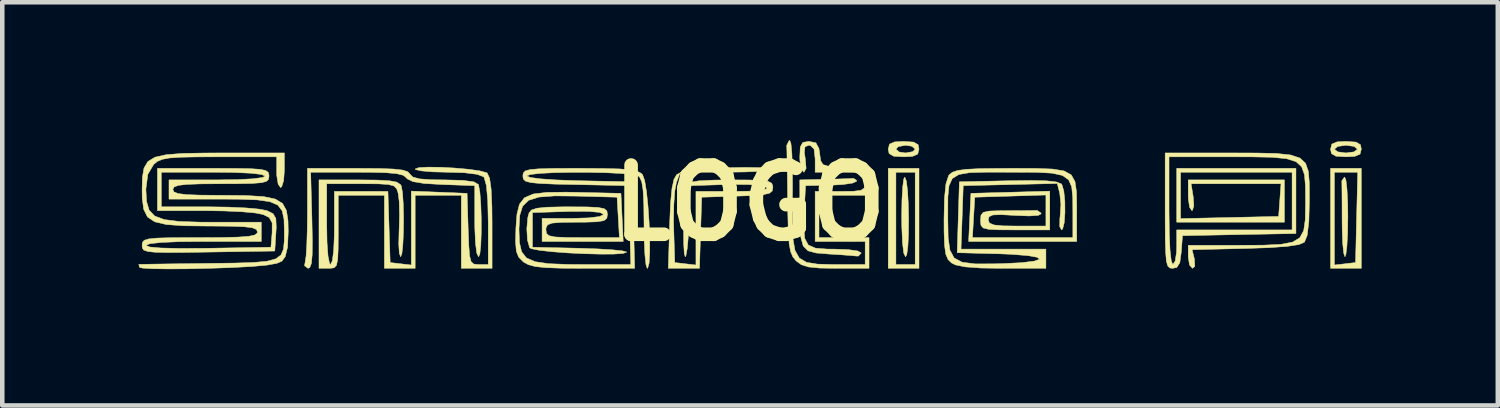
<source format=kicad_pcb>
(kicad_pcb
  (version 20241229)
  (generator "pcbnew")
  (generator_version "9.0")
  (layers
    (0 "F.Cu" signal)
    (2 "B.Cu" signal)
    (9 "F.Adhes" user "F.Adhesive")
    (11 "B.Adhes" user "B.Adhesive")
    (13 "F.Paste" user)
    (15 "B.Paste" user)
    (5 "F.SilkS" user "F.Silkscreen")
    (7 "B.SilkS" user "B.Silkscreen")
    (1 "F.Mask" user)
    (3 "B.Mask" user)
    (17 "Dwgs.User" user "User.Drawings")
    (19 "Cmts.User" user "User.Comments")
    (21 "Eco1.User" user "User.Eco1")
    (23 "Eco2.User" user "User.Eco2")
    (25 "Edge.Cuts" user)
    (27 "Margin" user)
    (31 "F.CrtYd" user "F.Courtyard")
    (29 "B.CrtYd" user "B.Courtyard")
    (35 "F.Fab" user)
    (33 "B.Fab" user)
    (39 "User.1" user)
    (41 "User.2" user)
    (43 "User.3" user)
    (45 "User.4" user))
  (footprint "LOGO"
    (layer "F.Cu")
    (at 13.455 1.418)
    (property "Reference" "LOGO" (at 0 0 0) (layer "F.SilkS") (effects (font (size 1.524 1.524) (thickness 0.3))))
    (attr through_hole)
    (fp_poly (pts (xy -1.534 -0.662) (xy -1.528 -0.677) (xy -1.503 -0.677) (xy -1.534 -0.662)) (stroke (width 0.01) (type solid)) (fill yes) (layer "F.SilkS"))
    (fp_poly (pts (xy 3.725 1.439) (xy 3.048 1.439) (xy 3.048 -0.677) (xy 3.217 -0.677) (xy 3.217 1.355) (xy 3.641 1.355) (xy 3.641 -0.677) (xy 3.217 -0.677) (xy 3.048 -0.677) (xy 3.048 -0.762) (xy 3.725 -0.762) (xy 3.725 1.439)) (stroke (width 0.01) (type solid)) (fill yes) (layer "F.SilkS"))
    (fp_poly (pts (xy 13.462 1.439) (xy 12.785 1.439) (xy 12.785 -0.677) (xy 12.869 -0.677) (xy 12.869 1.366) (xy 13.102 1.339) (xy 13.335 1.312) (xy 13.359 0.318) (xy 13.383 -0.677) (xy 12.869 -0.677) (xy 12.785 -0.677) (xy 12.785 -0.762) (xy 13.462 -0.762) (xy 13.462 1.439)) (stroke (width 0.01) (type solid)) (fill yes) (layer "F.SilkS"))
    (fp_poly (pts (xy -1.488 -0.685) (xy -1.256 -0.729) (xy -0.894 -0.76) (xy -0.487 -0.776) (xy -0.099 -0.783) (xy 0.218 -0.778) (xy 0.431 -0.764) (xy 0.508 -0.741) (xy 0.429 -0.717) (xy 0.213 -0.696) (xy -0.107 -0.683) (xy -0.498 -0.677) (xy -0.51 -0.677) (xy -1.503 -0.677) (xy -1.488 -0.685)) (stroke (width 0.01) (type solid)) (fill yes) (layer "F.SilkS"))
    (fp_poly (pts (xy 3.447 -0.481) (xy 3.473 -0.27) (xy 3.49 0.022) (xy 3.497 0.351) (xy 3.494 0.674) (xy 3.481 0.949) (xy 3.457 1.133) (xy 3.429 1.185) (xy 3.39 1.105) (xy 3.362 0.878) (xy 3.347 0.528) (xy 3.344 0.296) (xy 3.35 -0.066) (xy 3.367 -0.352) (xy 3.39 -0.529) (xy 3.412 -0.57) (xy 3.447 -0.481)) (stroke (width 0.01) (type solid)) (fill yes) (layer "F.SilkS"))
    (fp_poly (pts (xy 13.124 -0.501) (xy 13.147 -0.296) (xy 13.162 0.01) (xy 13.166 0.296) (xy 13.16 0.661) (xy 13.145 0.953) (xy 13.122 1.138) (xy 13.102 1.185) (xy 13.075 1.107) (xy 13.053 0.896) (xy 13.041 0.589) (xy 13.039 0.381) (xy 13.038 0.027) (xy 13.036 -0.262) (xy 13.034 -0.444) (xy 13.032 -0.485) (xy 13.088 -0.567) (xy 13.096 -0.569) (xy 13.124 -0.501)) (stroke (width 0.01) (type solid)) (fill yes) (layer "F.SilkS"))
    (fp_poly (pts (xy 3.608 -1.34) (xy 3.706 -1.283) (xy 3.725 -1.185) (xy 3.697 -1.075) (xy 3.582 -1.026) (xy 3.387 -1.016) (xy 3.165 -1.03) (xy 3.067 -1.088) (xy 3.048 -1.185) (xy 3.217 -1.185) (xy 3.29 -1.122) (xy 3.429 -1.101) (xy 3.588 -1.13) (xy 3.641 -1.185) (xy 3.568 -1.249) (xy 3.429 -1.27) (xy 3.27 -1.241) (xy 3.217 -1.185) (xy 3.048 -1.185) (xy 3.076 -1.296) (xy 3.191 -1.345) (xy 3.387 -1.355) (xy 3.608 -1.34)) (stroke (width 0.01) (type solid)) (fill yes) (layer "F.SilkS"))
    (fp_poly (pts (xy 13.345 -1.34) (xy 13.443 -1.283) (xy 13.462 -1.185) (xy 13.434 -1.075) (xy 13.319 -1.026) (xy 13.123 -1.016) (xy 12.902 -1.03) (xy 12.804 -1.088) (xy 12.785 -1.185) (xy 12.869 -1.185) (xy 12.943 -1.126) (xy 13.12 -1.101) (xy 13.123 -1.101) (xy 13.302 -1.125) (xy 13.377 -1.184) (xy 13.377 -1.185) (xy 13.304 -1.245) (xy 13.126 -1.27) (xy 13.123 -1.27) (xy 12.945 -1.245) (xy 12.869 -1.186) (xy 12.869 -1.185) (xy 12.785 -1.185) (xy 12.813 -1.296) (xy 12.928 -1.345) (xy 13.123 -1.355) (xy 13.345 -1.34)) (stroke (width 0.01) (type solid)) (fill yes) (layer "F.SilkS"))
    (fp_poly (pts (xy 2.352 -0.497) (xy 2.349 -0.476) (xy 2.261 -0.437) (xy 2.05 -0.406) (xy 1.778 -0.391) (xy 1.228 -0.381) (xy 1.202 0.123) (xy 1.188 0.52) (xy 1.209 0.777) (xy 1.288 0.925) (xy 1.446 0.995) (xy 1.707 1.015) (xy 1.864 1.016) (xy 2.168 1.027) (xy 2.377 1.057) (xy 2.455 1.101) (xy 2.391 1.169) (xy 2.349 1.169) (xy 2.213 1.156) (xy 1.966 1.138) (xy 1.723 1.123) (xy 1.458 1.101) (xy 1.282 1.053) (xy 1.177 0.948) (xy 1.124 0.757) (xy 1.105 0.451) (xy 1.102 0.106) (xy 1.101 -0.508) (xy 1.651 -0.521) (xy 1.948 -0.528) (xy 2.179 -0.536) (xy 2.286 -0.542) (xy 2.352 -0.497)) (stroke (width 0.01) (type solid)) (fill yes) (layer "F.SilkS"))
    (fp_poly (pts (xy -8.167 -0.759) (xy -7.845 -0.747) (xy -7.64 -0.724) (xy -7.527 -0.687) (xy -7.481 -0.635) (xy -7.417 -0.57) (xy -7.266 -0.53) (xy -6.998 -0.511) (xy -6.719 -0.508) (xy -6.32 -0.498) (xy -6.075 -0.465) (xy -5.974 -0.408) (xy -5.971 -0.402) (xy -5.941 -0.234) (xy -5.921 0.027) (xy -5.911 0.338) (xy -5.911 0.654) (xy -5.921 0.93) (xy -5.942 1.122) (xy -5.969 1.185) (xy -6.009 1.105) (xy -6.038 0.883) (xy -6.053 0.545) (xy -6.054 0.402) (xy -6.054 -0.381) (xy -6.772 -0.406) (xy -7.167 -0.429) (xy -7.416 -0.47) (xy -7.542 -0.532) (xy -7.559 -0.554) (xy -7.626 -0.609) (xy -7.77 -0.645) (xy -8.017 -0.667) (xy -8.395 -0.676) (xy -8.647 -0.677) (xy -9.666 -0.677) (xy -9.638 0.381) (xy -9.629 0.835) (xy -9.633 1.144) (xy -9.651 1.332) (xy -9.686 1.422) (xy -9.725 1.439) (xy -9.801 1.381) (xy -9.788 1.305) (xy -9.767 1.17) (xy -9.751 0.906) (xy -9.74 0.552) (xy -9.737 0.205) (xy -9.737 -0.762) (xy -8.633 -0.762) (xy -8.167 -0.759)) (stroke (width 0.01) (type solid)) (fill yes) (layer "F.SilkS"))
    (fp_poly (pts (xy -1.614 -0.452) (xy -1.65 -0.267) (xy -1.672 0.033) (xy -1.678 0.396) (xy -1.675 0.543) (xy -1.651 1.312) (xy -1.418 1.339) (xy -1.185 1.366) (xy -1.185 -0.254) (xy -0.364 -0.254) (xy 0.041 -0.261) (xy 0.286 -0.282) (xy 0.378 -0.318) (xy 0.369 -0.342) (xy 0.243 -0.382) (xy -0.02 -0.405) (xy -0.386 -0.409) (xy -0.516 -0.406) (xy -1.312 -0.381) (xy -1.337 0.402) (xy -1.353 0.743) (xy -1.378 1.009) (xy -1.406 1.162) (xy -1.421 1.185) (xy -1.442 1.108) (xy -1.454 0.907) (xy -1.457 0.626) (xy -1.452 0.31) (xy -1.439 0.004) (xy -1.421 -0.247) (xy -1.396 -0.399) (xy -1.395 -0.402) (xy -1.32 -0.453) (xy -1.124 -0.487) (xy -0.789 -0.504) (xy -0.426 -0.508) (xy -0.017 -0.506) (xy 0.251 -0.496) (xy 0.408 -0.474) (xy 0.484 -0.434) (xy 0.507 -0.371) (xy 0.508 -0.342) (xy 0.494 -0.263) (xy 0.429 -0.212) (xy 0.283 -0.181) (xy 0.024 -0.162) (xy -0.275 -0.151) (xy -1.058 -0.127) (xy -1.083 0.656) (xy -1.107 1.439) (xy -1.793 1.439) (xy -1.764 0.468) (xy -1.744 0.003) (xy -1.713 -0.319) (xy -1.669 -0.52) (xy -1.609 -0.625) (xy -1.534 -0.662) (xy -1.614 -0.452)) (stroke (width 0.01) (type solid)) (fill yes) (layer "F.SilkS"))
    (fp_poly (pts (xy 0.907 -1.304) (xy 0.927 -1.088) (xy 0.938 -0.756) (xy 0.941 -0.332) (xy 0.939 -0.157) (xy 0.934 0.382) (xy 0.948 0.775) (xy 0.995 1.044) (xy 1.091 1.214) (xy 1.251 1.307) (xy 1.49 1.346) (xy 1.823 1.355) (xy 1.924 1.355) (xy 2.54 1.355) (xy 2.54 0.847) (xy 1.439 0.847) (xy 1.439 -0.254) (xy 1.99 -0.254) (xy 2.286 -0.258) (xy 2.45 -0.279) (xy 2.522 -0.332) (xy 2.54 -0.431) (xy 2.54 -0.466) (xy 2.53 -0.579) (xy 2.476 -0.643) (xy 2.338 -0.671) (xy 2.08 -0.677) (xy 1.99 -0.677) (xy 1.439 -0.677) (xy 1.439 -0.974) (xy 1.415 -1.187) (xy 1.332 -1.267) (xy 1.303 -1.27) (xy 1.216 -1.238) (xy 1.201 -1.112) (xy 1.222 -0.974) (xy 1.24 -0.76) (xy 1.194 -0.678) (xy 1.189 -0.677) (xy 1.134 -0.752) (xy 1.103 -0.94) (xy 1.101 -1.016) (xy 1.112 -1.234) (xy 1.167 -1.332) (xy 1.293 -1.355) (xy 1.307 -1.355) (xy 1.455 -1.324) (xy 1.522 -1.201) (xy 1.54 -1.079) (xy 1.561 -0.929) (xy 1.614 -0.845) (xy 1.741 -0.804) (xy 1.983 -0.785) (xy 2.095 -0.779) (xy 2.625 -0.754) (xy 2.625 -0.169) (xy 1.524 -0.169) (xy 1.524 0.762) (xy 2.625 0.762) (xy 2.625 1.439) (xy 1.905 1.439) (xy 1.536 1.433) (xy 1.293 1.409) (xy 1.137 1.36) (xy 1.024 1.278) (xy 1.016 1.27) (xy 0.947 1.185) (xy 0.899 1.071) (xy 0.867 0.897) (xy 0.848 0.634) (xy 0.838 0.249) (xy 0.834 -0.042) (xy 0.829 -0.469) (xy 0.823 -0.837) (xy 0.818 -1.111) (xy 0.814 -1.258) (xy 0.813 -1.27) (xy 0.864 -1.369) (xy 0.881 -1.376) (xy 0.907 -1.304)) (stroke (width 0.01) (type solid)) (fill yes) (layer "F.SilkS"))
    (fp_poly (pts (xy 11.153 -1.1) (xy 11.592 -1.09) (xy 11.904 -1.057) (xy 12.111 -0.989) (xy 12.235 -0.873) (xy 12.296 -0.697) (xy 12.317 -0.446) (xy 12.319 -0.109) (xy 12.319 -0.053) (xy 12.307 0.41) (xy 12.271 0.712) (xy 12.21 0.863) (xy 12.209 0.864) (xy 12.088 0.916) (xy 11.832 0.955) (xy 11.43 0.984) (xy 10.918 1.001) (xy 9.737 1.029) (xy 9.788 1.234) (xy 9.797 1.396) (xy 9.746 1.439) (xy 9.68 1.366) (xy 9.652 1.189) (xy 9.652 1.185) (xy 9.652 0.931) (xy 10.779 0.931) (xy 11.306 0.929) (xy 11.688 0.911) (xy 11.947 0.862) (xy 12.108 0.766) (xy 12.194 0.607) (xy 12.228 0.37) (xy 12.234 0.038) (xy 12.234 -0.042) (xy 12.232 -0.375) (xy 12.211 -0.622) (xy 12.149 -0.796) (xy 12.025 -0.909) (xy 11.815 -0.975) (xy 11.498 -1.006) (xy 11.053 -1.015) (xy 10.567 -1.016) (xy 9.229 -1.016) (xy 9.229 0.169) (xy 9.235 0.664) (xy 9.251 1.037) (xy 9.278 1.272) (xy 9.313 1.355) (xy 9.313 1.355) (xy 9.364 1.279) (xy 9.394 1.088) (xy 9.398 0.974) (xy 9.398 0.593) (xy 11.938 0.593) (xy 11.938 -0.677) (xy 9.483 -0.677) (xy 9.483 0.344) (xy 10.562 0.32) (xy 11.642 0.296) (xy 11.694 -0.423) (xy 10.704 -0.423) (xy 9.715 -0.423) (xy 9.763 -0.127) (xy 9.775 0.067) (xy 9.743 0.166) (xy 9.731 0.169) (xy 9.682 0.094) (xy 9.654 -0.093) (xy 9.652 -0.169) (xy 9.652 -0.508) (xy 11.769 -0.508) (xy 11.769 0.423) (xy 9.398 0.423) (xy 9.398 -0.762) (xy 12.023 -0.762) (xy 12.023 0.673) (xy 10.774 0.696) (xy 9.525 0.72) (xy 9.499 1.079) (xy 9.467 1.313) (xy 9.401 1.419) (xy 9.308 1.439) (xy 9.245 1.43) (xy 9.201 1.385) (xy 9.171 1.28) (xy 9.155 1.089) (xy 9.146 0.787) (xy 9.144 0.35) (xy 9.144 0.169) (xy 9.144 -1.101) (xy 10.567 -1.101) (xy 11.153 -1.1)) (stroke (width 0.01) (type solid)) (fill yes) (layer "F.SilkS"))
    (fp_poly (pts (xy -6.81 -0.786) (xy -6.496 -0.769) (xy -6.193 -0.742) (xy -5.944 -0.707) (xy -5.793 -0.666) (xy -5.779 -0.657) (xy -5.727 -0.545) (xy -5.693 -0.299) (xy -5.676 0.094) (xy -5.673 0.434) (xy -5.673 1.439) (xy -6.35 1.439) (xy -6.35 -0.169) (xy -7.366 -0.169) (xy -7.366 1.439) (xy -8.043 1.439) (xy -8.043 -0.169) (xy -9.059 -0.169) (xy -9.059 0.635) (xy -9.061 1.008) (xy -9.071 1.243) (xy -9.098 1.372) (xy -9.15 1.427) (xy -9.235 1.439) (xy -9.271 1.439) (xy -9.483 1.439) (xy -9.483 -0.508) (xy -8.603 -0.508) (xy -8.195 -0.504) (xy -7.926 -0.488) (xy -7.767 -0.457) (xy -7.689 -0.405) (xy -7.671 -0.374) (xy -7.644 -0.224) (xy -7.628 0.025) (xy -7.621 0.329) (xy -7.624 0.642) (xy -7.637 0.919) (xy -7.658 1.115) (xy -7.686 1.185) (xy -7.715 1.108) (xy -7.727 0.905) (xy -7.72 0.618) (xy -7.719 0.594) (xy -7.71 0.261) (xy -7.717 -0.03) (xy -7.739 -0.21) (xy -7.772 -0.311) (xy -7.833 -0.374) (xy -7.955 -0.407) (xy -8.176 -0.421) (xy -8.528 -0.423) (xy -8.553 -0.423) (xy -9.313 -0.423) (xy -9.313 0.466) (xy -9.306 0.873) (xy -9.284 1.169) (xy -9.251 1.331) (xy -9.229 1.355) (xy -9.189 1.274) (xy -9.16 1.051) (xy -9.145 0.711) (xy -9.144 0.55) (xy -9.144 -0.254) (xy -7.965 -0.254) (xy -7.941 0.529) (xy -7.916 1.312) (xy -7.684 1.339) (xy -7.451 1.366) (xy -7.451 -0.261) (xy -6.837 -0.237) (xy -6.223 -0.212) (xy -6.199 0.572) (xy -6.185 0.938) (xy -6.167 1.168) (xy -6.134 1.292) (xy -6.077 1.344) (xy -5.986 1.355) (xy -5.966 1.355) (xy -5.757 1.355) (xy -5.757 0.44) (xy -5.768 -0.049) (xy -5.798 -0.385) (xy -5.848 -0.561) (xy -5.859 -0.576) (xy -6.002 -0.631) (xy -6.286 -0.666) (xy -6.663 -0.677) (xy -6.984 -0.685) (xy -7.228 -0.706) (xy -7.356 -0.735) (xy -7.366 -0.747) (xy -7.289 -0.777) (xy -7.089 -0.789) (xy -6.81 -0.786)) (stroke (width 0.01) (type solid)) (fill yes) (layer "F.SilkS"))
    (fp_poly (pts (xy 6.287 -0.761) (xy 6.664 -0.747) (xy 6.92 -0.705) (xy 7.077 -0.618) (xy 7.159 -0.471) (xy 7.192 -0.246) (xy 7.197 0.071) (xy 7.197 0.206) (xy 7.197 0.847) (xy 4.818 0.847) (xy 4.868 -0.212) (xy 5.736 -0.236) (xy 6.604 -0.26) (xy 6.604 0.593) (xy 5.842 0.593) (xy 5.481 0.591) (xy 5.257 0.58) (xy 5.138 0.55) (xy 5.089 0.493) (xy 5.08 0.4) (xy 5.08 0.381) (xy 5.089 0.27) (xy 5.139 0.207) (xy 5.269 0.178) (xy 5.515 0.17) (xy 5.673 0.169) (xy 5.976 0.168) (xy 6.21 0.166) (xy 6.325 0.163) (xy 6.327 0.163) (xy 6.408 0.22) (xy 6.415 0.237) (xy 6.352 0.273) (xy 6.148 0.286) (xy 5.845 0.274) (xy 5.531 0.257) (xy 5.35 0.264) (xy 5.267 0.303) (xy 5.249 0.37) (xy 5.275 0.442) (xy 5.375 0.484) (xy 5.582 0.504) (xy 5.884 0.508) (xy 6.519 0.508) (xy 6.519 -0.176) (xy 5.736 -0.151) (xy 4.953 -0.127) (xy 4.927 0.318) (xy 4.902 0.762) (xy 7.112 0.762) (xy 7.112 0.206) (xy 7.11 -0.119) (xy 7.087 -0.353) (xy 7.019 -0.51) (xy 6.883 -0.606) (xy 6.654 -0.656) (xy 6.308 -0.675) (xy 5.822 -0.677) (xy 5.709 -0.677) (xy 5.204 -0.678) (xy 4.843 -0.668) (xy 4.603 -0.627) (xy 4.458 -0.538) (xy 4.386 -0.381) (xy 4.361 -0.137) (xy 4.36 0.211) (xy 4.36 0.367) (xy 4.367 0.763) (xy 4.405 1.037) (xy 4.499 1.211) (xy 4.676 1.305) (xy 4.963 1.341) (xy 5.384 1.34) (xy 5.544 1.336) (xy 5.989 1.314) (xy 6.267 1.279) (xy 6.38 1.238) (xy 6.329 1.196) (xy 6.115 1.158) (xy 5.742 1.129) (xy 5.479 1.119) (xy 4.566 1.095) (xy 4.59 0.315) (xy 4.614 -0.466) (xy 5.708 -0.489) (xy 6.196 -0.495) (xy 6.535 -0.487) (xy 6.748 -0.463) (xy 6.856 -0.422) (xy 6.871 -0.405) (xy 6.913 -0.262) (xy 6.936 -0.038) (xy 6.938 0.214) (xy 6.922 0.436) (xy 6.887 0.573) (xy 6.863 0.593) (xy 6.823 0.52) (xy 6.826 0.341) (xy 6.831 0.301) (xy 6.849 0.03) (xy 6.824 -0.21) (xy 6.769 -0.429) (xy 5.734 -0.405) (xy 4.699 -0.381) (xy 4.65 1.016) (xy 6.519 1.016) (xy 6.519 1.439) (xy 5.562 1.439) (xy 5.079 1.432) (xy 4.742 1.407) (xy 4.528 1.363) (xy 4.44 1.319) (xy 4.364 1.244) (xy 4.315 1.128) (xy 4.288 0.937) (xy 4.277 0.636) (xy 4.276 0.359) (xy 4.286 -0.105) (xy 4.318 -0.418) (xy 4.375 -0.597) (xy 4.392 -0.622) (xy 4.461 -0.677) (xy 4.578 -0.716) (xy 4.77 -0.741) (xy 5.064 -0.756) (xy 5.487 -0.761) (xy 5.765 -0.762) (xy 6.287 -0.761)) (stroke (width 0.01) (type solid)) (fill yes) (layer "F.SilkS"))
    (fp_poly (pts (xy -3.235 -0.759) (xy -2.877 -0.75) (xy -2.635 -0.731) (xy -2.481 -0.699) (xy -2.391 -0.653) (xy -2.36 -0.622) (xy -2.314 -0.495) (xy -2.274 -0.252) (xy -2.241 0.067) (xy -2.216 0.423) (xy -2.203 0.777) (xy -2.202 1.09) (xy -2.216 1.322) (xy -2.247 1.434) (xy -2.258 1.439) (xy -2.285 1.36) (xy -2.308 1.145) (xy -2.323 0.827) (xy -2.328 0.462) (xy -2.333 0.02) (xy -2.349 -0.282) (xy -2.379 -0.469) (xy -2.427 -0.57) (xy -2.455 -0.594) (xy -2.584 -0.626) (xy -2.834 -0.65) (xy -3.167 -0.666) (xy -3.549 -0.674) (xy -3.942 -0.674) (xy -4.311 -0.667) (xy -4.62 -0.651) (xy -4.832 -0.627) (xy -4.911 -0.595) (xy -4.911 -0.595) (xy -4.83 -0.561) (xy -4.604 -0.531) (xy -4.257 -0.507) (xy -3.814 -0.491) (xy -3.747 -0.489) (xy -2.582 -0.466) (xy -2.558 0.487) (xy -2.534 1.439) (xy -3.671 1.439) (xy -4.149 1.436) (xy -4.488 1.424) (xy -4.719 1.4) (xy -4.871 1.36) (xy -4.977 1.302) (xy -4.99 1.291) (xy -5.088 1.192) (xy -5.139 1.062) (xy -5.156 0.854) (xy -5.148 0.552) (xy -5.125 0.246) (xy -5.071 0.029) (xy -4.961 -0.114) (xy -4.77 -0.197) (xy -4.472 -0.233) (xy -4.043 -0.238) (xy -3.768 -0.233) (xy -2.836 -0.212) (xy -2.786 0.847) (xy -4.572 0.847) (xy -4.572 0.339) (xy -3.895 0.339) (xy -3.543 0.328) (xy -3.309 0.299) (xy -3.218 0.255) (xy -3.217 0.251) (xy -3.299 0.208) (xy -3.537 0.186) (xy -3.919 0.185) (xy -4 0.187) (xy -4.784 0.212) (xy -4.784 0.974) (xy -3.747 0.997) (xy -3.35 1.011) (xy -3.023 1.031) (xy -2.799 1.055) (xy -2.71 1.08) (xy -2.709 1.082) (xy -2.787 1.111) (xy -2.995 1.125) (xy -3.294 1.126) (xy -3.646 1.117) (xy -4.011 1.099) (xy -4.352 1.073) (xy -4.63 1.042) (xy -4.806 1.007) (xy -4.846 0.986) (xy -4.894 0.817) (xy -4.908 0.567) (xy -4.886 0.321) (xy -4.859 0.219) (xy -4.806 0.155) (xy -4.683 0.115) (xy -4.462 0.093) (xy -4.111 0.085) (xy -3.97 0.085) (xy -3.587 0.087) (xy -3.343 0.098) (xy -3.206 0.125) (xy -3.146 0.172) (xy -3.133 0.248) (xy -3.133 0.254) (xy -3.147 0.338) (xy -3.212 0.389) (xy -3.362 0.414) (xy -3.631 0.423) (xy -3.81 0.423) (xy -4.147 0.427) (xy -4.35 0.443) (xy -4.451 0.481) (xy -4.485 0.548) (xy -4.487 0.593) (xy -4.475 0.671) (xy -4.418 0.721) (xy -4.285 0.748) (xy -4.043 0.76) (xy -3.679 0.762) (xy -2.87 0.762) (xy -2.921 -0.127) (xy -3.799 -0.151) (xy -4.291 -0.156) (xy -4.639 -0.13) (xy -4.868 -0.059) (xy -5.001 0.071) (xy -5.064 0.274) (xy -5.08 0.566) (xy -5.08 0.59) (xy -5.07 0.871) (xy -5.023 1.073) (xy -4.916 1.21) (xy -4.725 1.293) (xy -4.427 1.337) (xy -3.997 1.353) (xy -3.661 1.355) (xy -2.619 1.355) (xy -2.643 0.487) (xy -2.667 -0.381) (xy -3.831 -0.405) (xy -4.296 -0.415) (xy -4.617 -0.429) (xy -4.822 -0.449) (xy -4.935 -0.48) (xy -4.985 -0.527) (xy -4.995 -0.593) (xy -4.995 -0.595) (xy -4.986 -0.659) (xy -4.943 -0.705) (xy -4.84 -0.734) (xy -4.652 -0.751) (xy -4.353 -0.76) (xy -3.919 -0.762) (xy -3.736 -0.762) (xy -3.235 -0.759)) (stroke (width 0.01) (type solid)) (fill yes) (layer "F.SilkS"))
    (fp_poly (pts (xy -10.245 -0.72) (xy -10.261 -0.492) (xy -10.304 -0.356) (xy -10.329 -0.339) (xy -10.382 -0.414) (xy -10.412 -0.601) (xy -10.414 -0.677) (xy -10.414 -1.016) (xy -11.684 -1.016) (xy -12.179 -1.014) (xy -12.533 -1.007) (xy -12.776 -0.99) (xy -12.935 -0.96) (xy -13.041 -0.915) (xy -13.12 -0.85) (xy -13.123 -0.847) (xy -13.251 -0.631) (xy -13.293 -0.309) (xy -13.293 -0.296) (xy -13.279 -0.033) (xy -13.222 0.158) (xy -13.1 0.287) (xy -12.888 0.366) (xy -12.563 0.407) (xy -12.103 0.422) (xy -11.853 0.423) (xy -10.753 0.423) (xy -10.753 0.847) (xy -12.023 0.847) (xy -12.559 0.852) (xy -12.956 0.869) (xy -13.204 0.896) (xy -13.293 0.932) (xy -13.293 0.933) (xy -13.209 0.969) (xy -12.961 0.991) (xy -12.555 1.001) (xy -11.994 0.998) (xy -11.917 0.997) (xy -10.541 0.974) (xy -10.515 0.656) (xy -10.514 0.437) (xy -10.579 0.32) (xy -10.711 0.254) (xy -10.88 0.221) (xy -11.177 0.194) (xy -11.559 0.176) (xy -11.986 0.169) (xy -13.039 0.169) (xy -13.039 -0.762) (xy -11.811 -0.762) (xy -11.332 -0.761) (xy -10.997 -0.755) (xy -10.781 -0.741) (xy -10.657 -0.715) (xy -10.599 -0.674) (xy -10.584 -0.614) (xy -10.583 -0.593) (xy -10.593 -0.522) (xy -10.64 -0.475) (xy -10.753 -0.446) (xy -10.958 -0.43) (xy -11.283 -0.424) (xy -11.642 -0.423) (xy -12.09 -0.42) (xy -12.395 -0.409) (xy -12.581 -0.387) (xy -12.674 -0.351) (xy -12.7 -0.297) (xy -12.7 -0.296) (xy -12.675 -0.243) (xy -12.584 -0.207) (xy -12.402 -0.184) (xy -12.103 -0.173) (xy -11.661 -0.169) (xy -11.618 -0.169) (xy -11.09 -0.164) (xy -10.707 -0.141) (xy -10.446 -0.087) (xy -10.285 0.011) (xy -10.199 0.166) (xy -10.165 0.39) (xy -10.16 0.629) (xy -10.175 0.971) (xy -10.226 1.181) (xy -10.3 1.281) (xy -10.411 1.329) (xy -10.629 1.368) (xy -10.97 1.399) (xy -11.451 1.424) (xy -11.917 1.439) (xy -12.399 1.45) (xy -12.82 1.452) (xy -13.151 1.447) (xy -13.365 1.434) (xy -13.433 1.418) (xy -13.45 1.353) (xy -13.446 1.352) (xy -13.357 1.35) (xy -13.126 1.346) (xy -12.781 1.341) (xy -12.349 1.336) (xy -11.914 1.33) (xy -11.344 1.323) (xy -10.922 1.31) (xy -10.625 1.282) (xy -10.431 1.229) (xy -10.318 1.143) (xy -10.264 1.014) (xy -10.247 0.832) (xy -10.246 0.62) (xy -10.253 0.36) (xy -10.293 0.174) (xy -10.388 0.048) (xy -10.563 -0.028) (xy -10.842 -0.068) (xy -11.249 -0.083) (xy -11.648 -0.085) (xy -12.785 -0.085) (xy -12.785 -0.508) (xy -11.726 -0.508) (xy -11.268 -0.515) (xy -10.927 -0.533) (xy -10.722 -0.562) (xy -10.668 -0.593) (xy -10.75 -0.628) (xy -10.984 -0.655) (xy -11.354 -0.672) (xy -11.811 -0.677) (xy -12.954 -0.677) (xy -12.954 0.085) (xy -11.901 0.085) (xy -11.475 0.091) (xy -11.093 0.109) (xy -10.796 0.136) (xy -10.627 0.169) (xy -10.627 0.169) (xy -10.492 0.237) (xy -10.432 0.342) (xy -10.424 0.539) (xy -10.431 0.656) (xy -10.456 1.058) (xy -11.917 1.081) (xy -12.445 1.089) (xy -12.828 1.091) (xy -13.089 1.085) (xy -13.25 1.068) (xy -13.337 1.039) (xy -13.371 0.994) (xy -13.377 0.933) (xy -13.369 0.867) (xy -13.329 0.821) (xy -13.23 0.791) (xy -13.049 0.773) (xy -12.76 0.765) (xy -12.337 0.762) (xy -12.107 0.762) (xy -11.61 0.76) (xy -11.259 0.751) (xy -11.03 0.734) (xy -10.899 0.706) (xy -10.844 0.665) (xy -10.837 0.635) (xy -10.862 0.582) (xy -10.952 0.546) (xy -11.133 0.523) (xy -11.43 0.512) (xy -11.868 0.508) (xy -11.938 0.508) (xy -12.463 0.502) (xy -12.843 0.475) (xy -13.1 0.414) (xy -13.259 0.307) (xy -13.342 0.139) (xy -13.374 -0.102) (xy -13.377 -0.296) (xy -13.37 -0.567) (xy -13.335 -0.769) (xy -13.25 -0.912) (xy -13.094 -1.007) (xy -12.844 -1.063) (xy -12.481 -1.091) (xy -11.981 -1.1) (xy -11.642 -1.101) (xy -10.245 -1.101) (xy -10.245 -0.72)) (stroke (width 0.01) (type solid)) (fill yes) (layer "F.SilkS")))
  (gr_rect
    (start -3 -3)
    (end 29.922 5.875)
    (stroke (width 0.1) (type default))
    (fill no)
    (layer "Edge.Cuts")))
</source>
